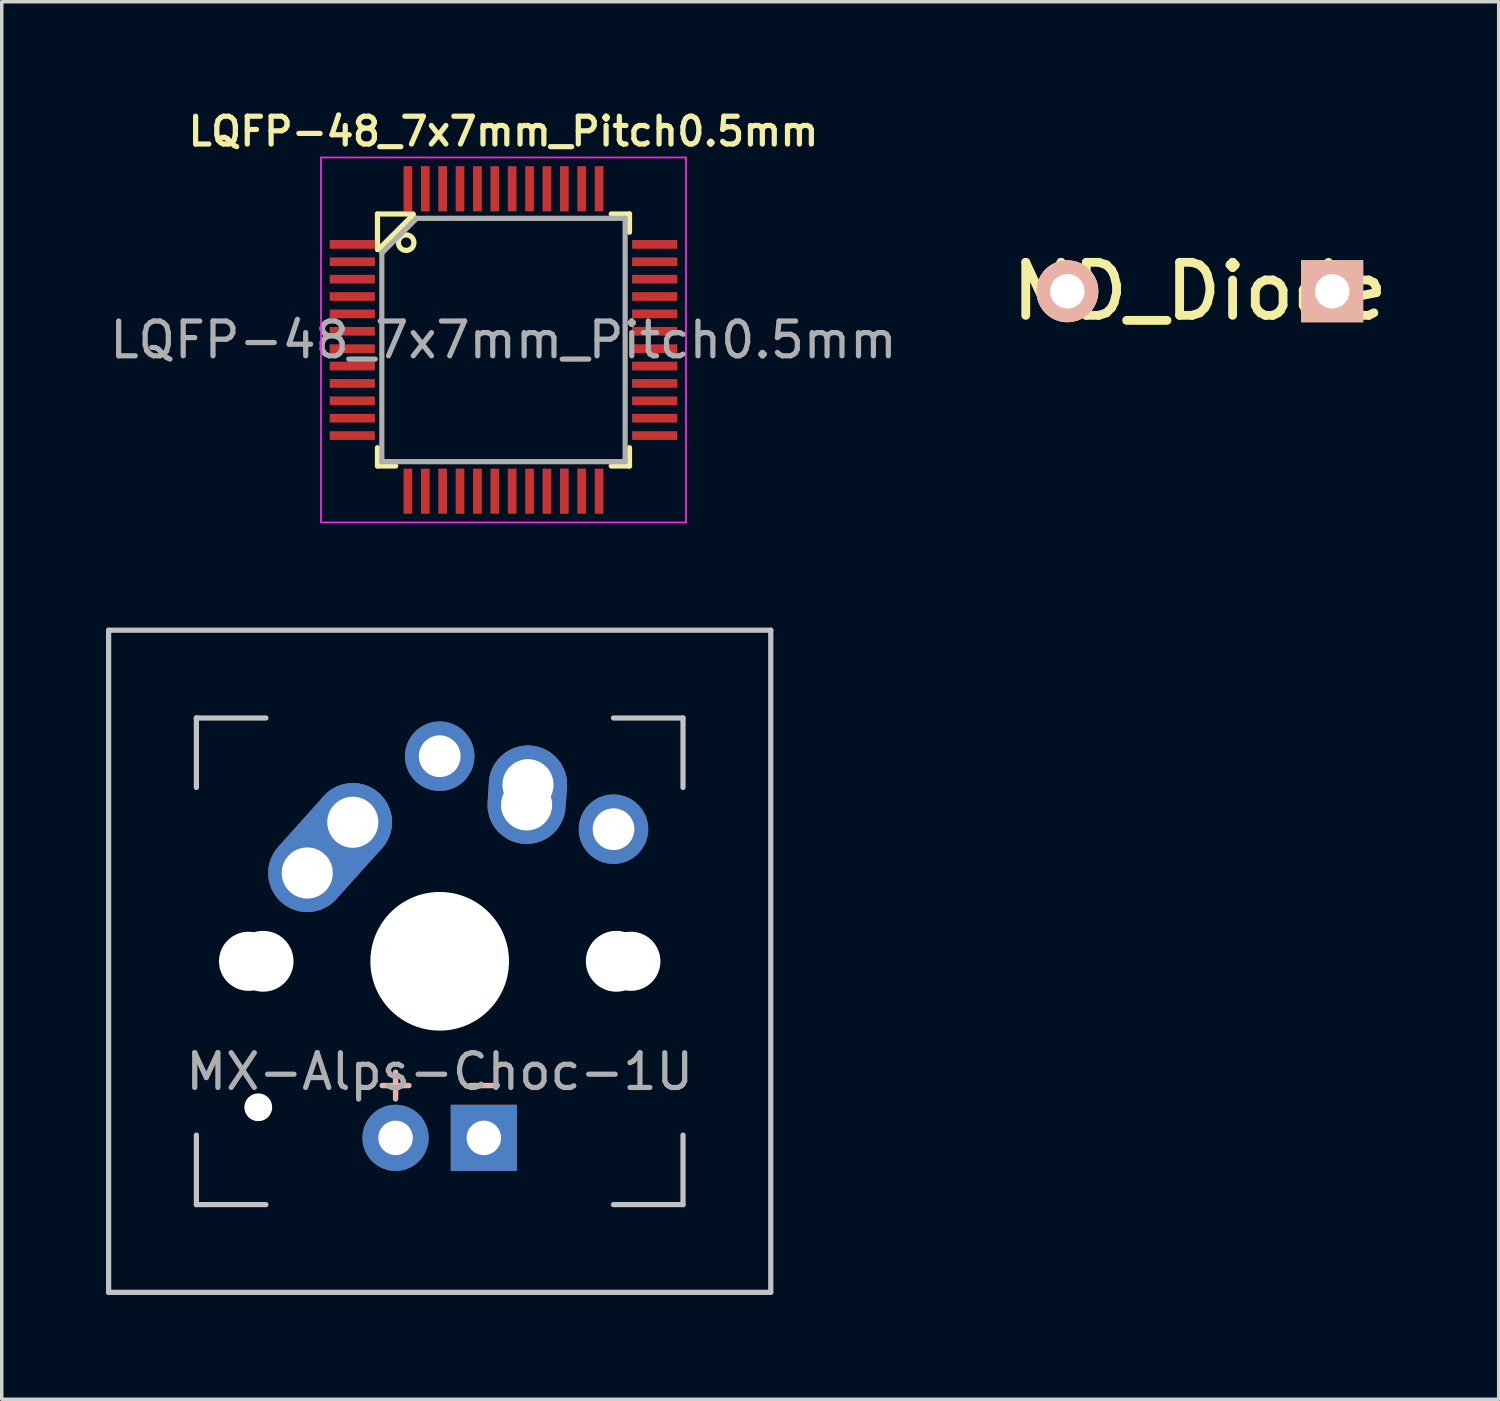
<source format=kicad_pcb>
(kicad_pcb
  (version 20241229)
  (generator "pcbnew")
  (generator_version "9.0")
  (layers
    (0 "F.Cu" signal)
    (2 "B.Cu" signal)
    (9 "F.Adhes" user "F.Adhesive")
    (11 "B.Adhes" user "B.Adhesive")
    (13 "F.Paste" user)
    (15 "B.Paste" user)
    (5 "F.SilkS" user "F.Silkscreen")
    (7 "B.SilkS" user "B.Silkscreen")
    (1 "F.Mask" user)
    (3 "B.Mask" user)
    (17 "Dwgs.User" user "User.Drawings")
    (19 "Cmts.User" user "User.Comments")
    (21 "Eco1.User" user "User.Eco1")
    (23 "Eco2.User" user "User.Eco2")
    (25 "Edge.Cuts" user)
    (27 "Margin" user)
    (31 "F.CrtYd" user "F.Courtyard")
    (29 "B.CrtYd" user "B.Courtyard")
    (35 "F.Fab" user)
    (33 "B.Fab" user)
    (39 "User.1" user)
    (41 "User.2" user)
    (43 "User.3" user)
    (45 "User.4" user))
  (footprint "MD_Diode"
    (layer "F.Cu")
    (at 31.468 0.25)
    (property "Reference" "MD_Diode" (at 0 5.08 0) (layer "F.SilkS") (effects (font (size 1.524 1.524) (thickness 0.254))))
    (attr through_hole)
    (pad "1" thru_hole circle (at -3.81 5.08) (size 1.778 1.778) (drill 0.991) (layers "*.Cu" "*.SilkS" "*.Mask"))
    (pad "2" thru_hole rect (at 3.81 5.08) (size 1.778 1.778) (drill 0.991) (layers "*.Cu" "*.SilkS" "*.Mask")))
  (footprint "LQFP-48_7x7mm_Pitch0.5mm"
    (layer "F.Cu")
    (at 11.435 6.731)
    (property "Reference" "LQFP-48_7x7mm_Pitch0.5mm" (at 0 -6 0) (layer "F.SilkS") (effects (font (size 0.8 0.8) (thickness 0.15))))
    (attr smd)
    (fp_line (start -3.625 -3.625) (end -3.625 -2.6) (stroke (width 0.15) (type solid)) (layer "F.SilkS"))
    (fp_line (start -3.625 -3.625) (end -2.6 -3.625) (stroke (width 0.15) (type solid)) (layer "F.SilkS"))
    (fp_line (start -3.625 3.625) (end -3.625 3.1) (stroke (width 0.15) (type solid)) (layer "F.SilkS"))
    (fp_line (start -3.625 3.625) (end -3.1 3.625) (stroke (width 0.15) (type solid)) (layer "F.SilkS"))
    (fp_line (start -3.6 -2.6) (end -2.6 -3.6) (stroke (width 0.15) (type solid)) (layer "F.SilkS"))
    (fp_line (start 3.625 -3.625) (end 3.1 -3.625) (stroke (width 0.15) (type solid)) (layer "F.SilkS"))
    (fp_line (start 3.625 -3.625) (end 3.625 -3.1) (stroke (width 0.15) (type solid)) (layer "F.SilkS"))
    (fp_line (start 3.625 3.625) (end 3.1 3.625) (stroke (width 0.15) (type solid)) (layer "F.SilkS"))
    (fp_line (start 3.625 3.625) (end 3.625 3.1) (stroke (width 0.15) (type solid)) (layer "F.SilkS"))
    (fp_circle (center -2.8 -2.8) (end -2.6 -2.7) (stroke (width 0.15) (type solid)) (fill no) (layer "F.SilkS"))
    (fp_line (start -5.25 -5.25) (end -5.25 5.25) (stroke (width 0.05) (type solid)) (layer "F.CrtYd"))
    (fp_line (start -5.25 -5.25) (end 5.25 -5.25) (stroke (width 0.05) (type solid)) (layer "F.CrtYd"))
    (fp_line (start -5.25 5.25) (end 5.25 5.25) (stroke (width 0.05) (type solid)) (layer "F.CrtYd"))
    (fp_line (start 5.25 -5.25) (end 5.25 5.25) (stroke (width 0.05) (type solid)) (layer "F.CrtYd"))
    (fp_line (start -3.5 -2.5) (end -2.5 -3.5) (stroke (width 0.15) (type solid)) (layer "F.Fab"))
    (fp_line (start -3.5 3.5) (end -3.5 -2.5) (stroke (width 0.15) (type solid)) (layer "F.Fab"))
    (fp_line (start -2.5 -3.5) (end 3.5 -3.5) (stroke (width 0.15) (type solid)) (layer "F.Fab"))
    (fp_line (start 3.5 -3.5) (end 3.5 3.5) (stroke (width 0.15) (type solid)) (layer "F.Fab"))
    (fp_line (start 3.5 3.5) (end -3.5 3.5) (stroke (width 0.15) (type solid)) (layer "F.Fab"))
    (fp_text user "${REFERENCE}" (at 0 0 0) (layer "F.Fab") (effects (font (size 1 1) (thickness 0.15))))
    (pad "1" smd rect (at -4.35 -2.75) (size 1.3 0.25) (layers "F.Cu" "F.Mask" "F.Paste"))
    (pad "2" smd rect (at -4.35 -2.25) (size 1.3 0.25) (layers "F.Cu" "F.Mask" "F.Paste"))
    (pad "3" smd rect (at -4.35 -1.75) (size 1.3 0.25) (layers "F.Cu" "F.Mask" "F.Paste"))
    (pad "4" smd rect (at -4.35 -1.25) (size 1.3 0.25) (layers "F.Cu" "F.Mask" "F.Paste"))
    (pad "5" smd rect (at -4.35 -0.75) (size 1.3 0.25) (layers "F.Cu" "F.Mask" "F.Paste"))
    (pad "6" smd rect (at -4.35 -0.25) (size 1.3 0.25) (layers "F.Cu" "F.Mask" "F.Paste"))
    (pad "7" smd rect (at -4.35 0.25) (size 1.3 0.25) (layers "F.Cu" "F.Mask" "F.Paste"))
    (pad "8" smd rect (at -4.35 0.75) (size 1.3 0.25) (layers "F.Cu" "F.Mask" "F.Paste"))
    (pad "9" smd rect (at -4.35 1.25) (size 1.3 0.25) (layers "F.Cu" "F.Mask" "F.Paste"))
    (pad "10" smd rect (at -4.35 1.75) (size 1.3 0.25) (layers "F.Cu" "F.Mask" "F.Paste"))
    (pad "11" smd rect (at -4.35 2.25) (size 1.3 0.25) (layers "F.Cu" "F.Mask" "F.Paste"))
    (pad "12" smd rect (at -4.35 2.75) (size 1.3 0.25) (layers "F.Cu" "F.Mask" "F.Paste"))
    (pad "13" smd rect (at -2.75 4.35 90) (size 1.3 0.25) (layers "F.Cu" "F.Mask" "F.Paste"))
    (pad "14" smd rect (at -2.25 4.35 90) (size 1.3 0.25) (layers "F.Cu" "F.Mask" "F.Paste"))
    (pad "15" smd rect (at -1.75 4.35 90) (size 1.3 0.25) (layers "F.Cu" "F.Mask" "F.Paste"))
    (pad "16" smd rect (at -1.25 4.35 90) (size 1.3 0.25) (layers "F.Cu" "F.Mask" "F.Paste"))
    (pad "17" smd rect (at -0.75 4.35 90) (size 1.3 0.25) (layers "F.Cu" "F.Mask" "F.Paste"))
    (pad "18" smd rect (at -0.25 4.35 90) (size 1.3 0.25) (layers "F.Cu" "F.Mask" "F.Paste"))
    (pad "19" smd rect (at 0.25 4.35 90) (size 1.3 0.25) (layers "F.Cu" "F.Mask" "F.Paste"))
    (pad "20" smd rect (at 0.75 4.35 90) (size 1.3 0.25) (layers "F.Cu" "F.Mask" "F.Paste"))
    (pad "21" smd rect (at 1.25 4.35 90) (size 1.3 0.25) (layers "F.Cu" "F.Mask" "F.Paste"))
    (pad "22" smd rect (at 1.75 4.35 90) (size 1.3 0.25) (layers "F.Cu" "F.Mask" "F.Paste"))
    (pad "23" smd rect (at 2.25 4.35 90) (size 1.3 0.25) (layers "F.Cu" "F.Mask" "F.Paste"))
    (pad "24" smd rect (at 2.75 4.35 90) (size 1.3 0.25) (layers "F.Cu" "F.Mask" "F.Paste"))
    (pad "25" smd rect (at 4.35 2.75) (size 1.3 0.25) (layers "F.Cu" "F.Mask" "F.Paste"))
    (pad "26" smd rect (at 4.35 2.25) (size 1.3 0.25) (layers "F.Cu" "F.Mask" "F.Paste"))
    (pad "27" smd rect (at 4.35 1.75) (size 1.3 0.25) (layers "F.Cu" "F.Mask" "F.Paste"))
    (pad "28" smd rect (at 4.35 1.25) (size 1.3 0.25) (layers "F.Cu" "F.Mask" "F.Paste"))
    (pad "29" smd rect (at 4.35 0.75) (size 1.3 0.25) (layers "F.Cu" "F.Mask" "F.Paste"))
    (pad "30" smd rect (at 4.35 0.25) (size 1.3 0.25) (layers "F.Cu" "F.Mask" "F.Paste"))
    (pad "31" smd rect (at 4.35 -0.25) (size 1.3 0.25) (layers "F.Cu" "F.Mask" "F.Paste"))
    (pad "32" smd rect (at 4.35 -0.75) (size 1.3 0.25) (layers "F.Cu" "F.Mask" "F.Paste"))
    (pad "33" smd rect (at 4.35 -1.25) (size 1.3 0.25) (layers "F.Cu" "F.Mask" "F.Paste"))
    (pad "34" smd rect (at 4.35 -1.75) (size 1.3 0.25) (layers "F.Cu" "F.Mask" "F.Paste"))
    (pad "35" smd rect (at 4.35 -2.25) (size 1.3 0.25) (layers "F.Cu" "F.Mask" "F.Paste"))
    (pad "36" smd rect (at 4.35 -2.75) (size 1.3 0.25) (layers "F.Cu" "F.Mask" "F.Paste"))
    (pad "37" smd rect (at 2.75 -4.35 90) (size 1.3 0.25) (layers "F.Cu" "F.Mask" "F.Paste"))
    (pad "38" smd rect (at 2.25 -4.35 90) (size 1.3 0.25) (layers "F.Cu" "F.Mask" "F.Paste"))
    (pad "39" smd rect (at 1.75 -4.35 90) (size 1.3 0.25) (layers "F.Cu" "F.Mask" "F.Paste"))
    (pad "40" smd rect (at 1.25 -4.35 90) (size 1.3 0.25) (layers "F.Cu" "F.Mask" "F.Paste"))
    (pad "41" smd rect (at 0.75 -4.35 90) (size 1.3 0.25) (layers "F.Cu" "F.Mask" "F.Paste"))
    (pad "42" smd rect (at 0.25 -4.35 90) (size 1.3 0.25) (layers "F.Cu" "F.Mask" "F.Paste"))
    (pad "43" smd rect (at -0.25 -4.35 90) (size 1.3 0.25) (layers "F.Cu" "F.Mask" "F.Paste"))
    (pad "44" smd rect (at -0.75 -4.35 90) (size 1.3 0.25) (layers "F.Cu" "F.Mask" "F.Paste"))
    (pad "45" smd rect (at -1.25 -4.35 90) (size 1.3 0.25) (layers "F.Cu" "F.Mask" "F.Paste"))
    (pad "46" smd rect (at -1.75 -4.35 90) (size 1.3 0.25) (layers "F.Cu" "F.Mask" "F.Paste"))
    (pad "47" smd rect (at -2.25 -4.35 90) (size 1.3 0.25) (layers "F.Cu" "F.Mask" "F.Paste"))
    (pad "48" smd rect (at -2.75 -4.35 90) (size 1.3 0.25) (layers "F.Cu" "F.Mask" "F.Paste")))
  (footprint "MX-Alps-Choc-1U"
    (layer "F.Cu")
    (at 9.6 24.606)
    (property "Reference" "MX-Alps-Choc-1U" (at 0 3.175 0) (layer "F.Fab") (effects (font (size 1 1) (thickness 0.15))))
    (attr through_hole)
    (fp_line (start -9.525 -9.525) (end 9.525 -9.525) (stroke (width 0.15) (type solid)) (layer "Dwgs.User"))
    (fp_line (start -9.525 9.525) (end -9.525 -9.525) (stroke (width 0.15) (type solid)) (layer "Dwgs.User"))
    (fp_line (start -7 -7) (end -7 -5) (stroke (width 0.15) (type solid)) (layer "Dwgs.User"))
    (fp_line (start -7 5) (end -7 7) (stroke (width 0.15) (type solid)) (layer "Dwgs.User"))
    (fp_line (start -7 7) (end -5 7) (stroke (width 0.15) (type solid)) (layer "Dwgs.User"))
    (fp_line (start -5 -7) (end -7 -7) (stroke (width 0.15) (type solid)) (layer "Dwgs.User"))
    (fp_line (start 5 -7) (end 7 -7) (stroke (width 0.15) (type solid)) (layer "Dwgs.User"))
    (fp_line (start 5 7) (end 7 7) (stroke (width 0.15) (type solid)) (layer "Dwgs.User"))
    (fp_line (start 7 -7) (end 7 -5) (stroke (width 0.15) (type solid)) (layer "Dwgs.User"))
    (fp_line (start 7 7) (end 7 5) (stroke (width 0.15) (type solid)) (layer "Dwgs.User"))
    (fp_line (start 9.525 -9.525) (end 9.525 9.525) (stroke (width 0.15) (type solid)) (layer "Dwgs.User"))
    (fp_line (start 9.525 9.525) (end -9.525 9.525) (stroke (width 0.15) (type solid)) (layer "Dwgs.User"))
    (fp_text user "-" (at 1.27 3.5 0) (layer "F.SilkS") (effects (font (size 1 1) (thickness 0.15))))
    (fp_text user "+" (at -1.27 3.5 0) (layer "F.SilkS") (effects (font (size 1 1) (thickness 0.15))))
    (fp_text user "-" (at 1.27 3.5 0) (layer "B.SilkS") (effects (font (size 1 1) (thickness 0.15))))
    (fp_text user "+" (at -1.27 3.5 0) (layer "B.SilkS") (effects (font (size 1 1) (thickness 0.15))))
    (pad "" np_thru_hole circle (at -5.5 0 48.1) (size 1.7 1.7) (drill 1.7) (layers "*.Cu" "*.Mask"))
    (pad "" np_thru_hole circle (at -5.22 4.2 48.1) (size 0.8 0.8) (drill 0.8) (layers "*.Cu" "*.Mask"))
    (pad "" np_thru_hole circle (at -5.08 0 48.1) (size 1.75 1.75) (drill 1.75) (layers "*.Cu" "*.Mask"))
    (pad "" np_thru_hole circle (at 0 0) (size 3.988 3.988) (drill 3.988) (layers "*.Cu" "*.Mask"))
    (pad "" np_thru_hole circle (at 5.08 0 48.1) (size 1.75 1.75) (drill 1.75) (layers "*.Cu" "*.Mask"))
    (pad "" np_thru_hole circle (at 5.5 0 48.1) (size 1.7 1.7) (drill 1.7) (layers "*.Cu" "*.Mask"))
    (pad "1" thru_hole oval (at -3.81 -2.54 48.1) (size 4.212 2.25) (drill 1.47 (offset 0.981 0)) (layers "*.Cu" "*.Mask"))
    (pad "1" thru_hole circle (at -2.5 -4) (size 2.25 2.25) (drill 1.47) (layers "*.Cu" "*.Mask"))
    (pad "1" thru_hole circle (at 0 -5.9) (size 2 2) (drill 1.2) (layers "*.Cu" "*.Mask"))
    (pad "2" thru_hole oval (at 2.5 -4.5 86.1) (size 2.831 2.25) (drill 1.47 (offset 0.291 0)) (layers "*.Cu" "*.Mask"))
    (pad "2" thru_hole circle (at 2.54 -5.08) (size 2.25 2.25) (drill 1.47) (layers "*.Cu" "*.Mask"))
    (pad "2" thru_hole circle (at 5 -3.8) (size 2 2) (drill 1.2) (layers "*.Cu" "*.Mask"))
    (pad "3" thru_hole circle (at -1.27 5.08) (size 1.905 1.905) (drill 0.991) (layers "*.Cu" "*.Mask"))
    (pad "4" thru_hole rect (at 1.27 5.08) (size 1.905 1.905) (drill 0.991) (layers "*.Cu" "*.Mask")))
  (gr_rect
    (start -3 -3)
    (end 40.067 37.206)
    (stroke (width 0.1) (type default))
    (fill no)
    (layer "Edge.Cuts")))
</source>
